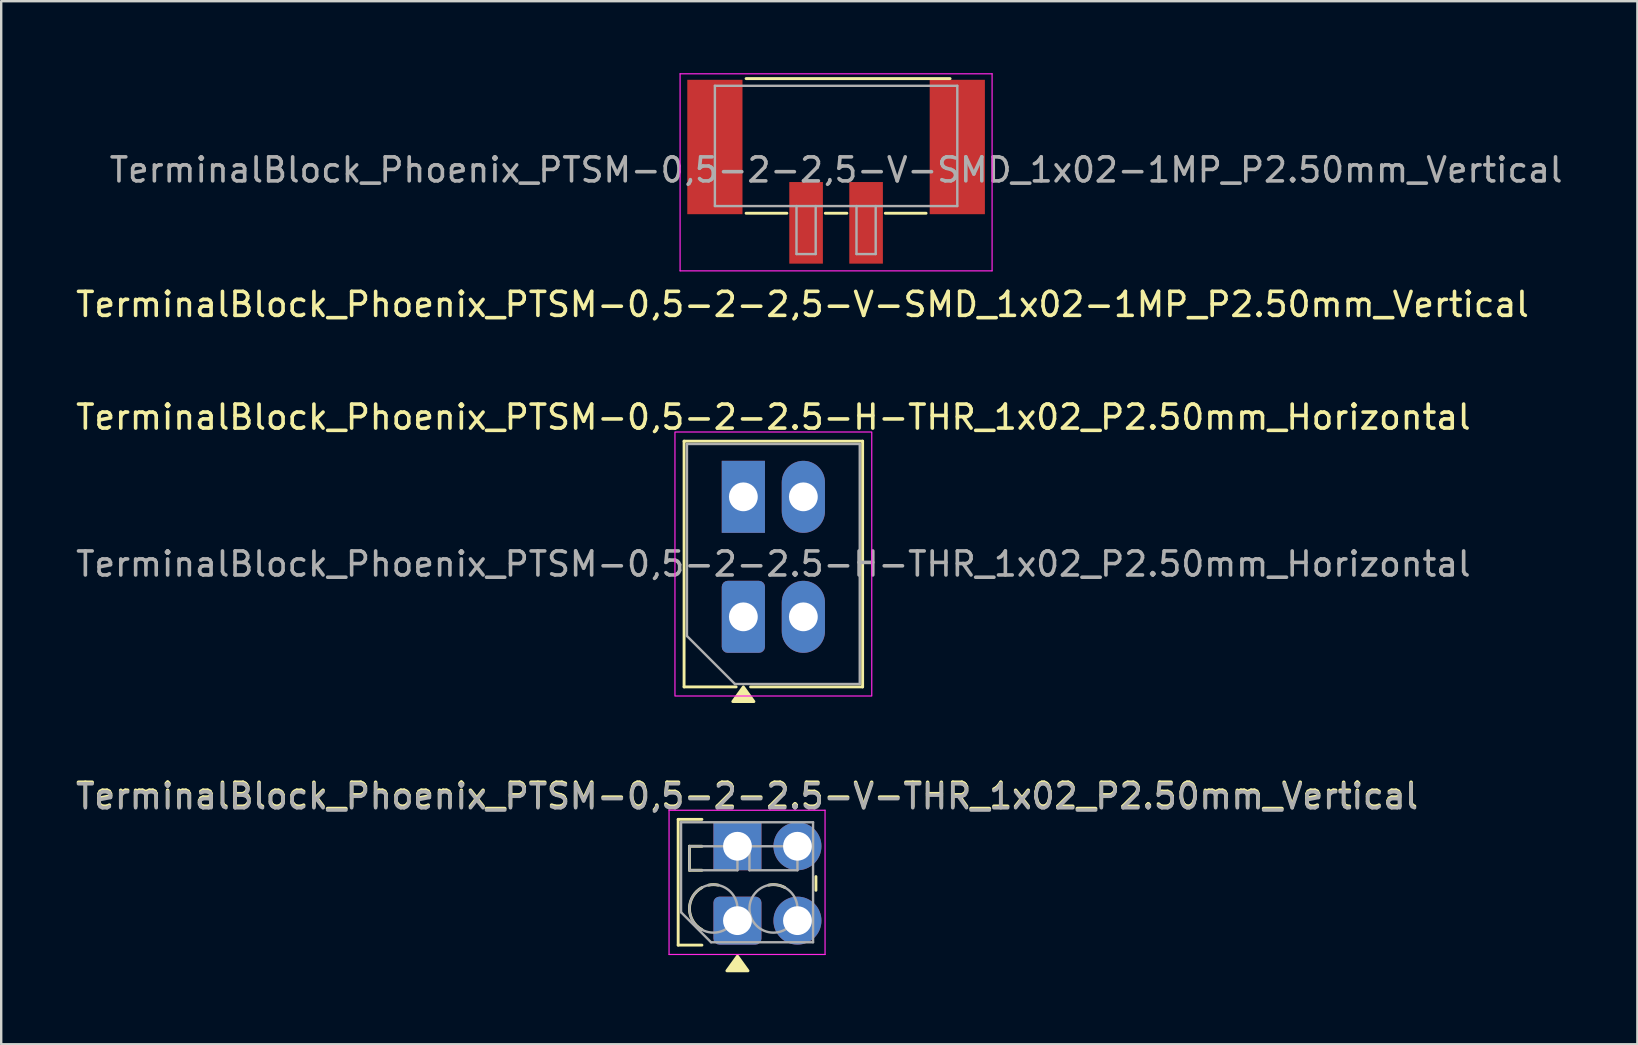
<source format=kicad_pcb>
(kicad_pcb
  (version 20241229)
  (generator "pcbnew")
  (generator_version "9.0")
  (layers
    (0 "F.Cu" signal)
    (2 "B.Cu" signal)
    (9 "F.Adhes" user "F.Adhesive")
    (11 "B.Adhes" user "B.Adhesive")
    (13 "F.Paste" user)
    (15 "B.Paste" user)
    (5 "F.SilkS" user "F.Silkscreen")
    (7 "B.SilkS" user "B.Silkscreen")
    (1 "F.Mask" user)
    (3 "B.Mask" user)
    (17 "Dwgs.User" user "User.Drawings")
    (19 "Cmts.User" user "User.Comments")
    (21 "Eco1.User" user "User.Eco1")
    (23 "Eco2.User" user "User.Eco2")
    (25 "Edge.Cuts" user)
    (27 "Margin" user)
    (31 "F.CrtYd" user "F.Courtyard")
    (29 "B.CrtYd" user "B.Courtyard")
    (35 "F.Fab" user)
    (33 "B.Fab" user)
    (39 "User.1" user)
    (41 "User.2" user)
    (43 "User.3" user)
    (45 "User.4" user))
  (footprint "TerminalBlock_Phoenix_PTSM-0,5-2-2.5-H-THR_1x02_P2.50mm_Horizontal"
    (layer "F.Cu")
    (at 27.923 22.651)
    (property "Reference" "TerminalBlock_Phoenix_PTSM-0,5-2-2.5-H-THR_1x02_P2.50mm_Horizontal" (at 1.25 -8.32 0) (layer "F.SilkS") (effects (font (size 1 1) (thickness 0.15))))
    (attr through_hole)
    (fp_line (start -2.47 -7.32) (end 4.97 -7.32) (stroke (width 0.12) (type solid)) (layer "F.SilkS"))
    (fp_line (start -2.47 2.92) (end -2.47 -7.32) (stroke (width 0.12) (type solid)) (layer "F.SilkS"))
    (fp_line (start -0.3 2.92) (end -2.47 2.92) (stroke (width 0.12) (type solid)) (layer "F.SilkS"))
    (fp_line (start 4.97 -7.32) (end 4.97 2.92) (stroke (width 0.12) (type solid)) (layer "F.SilkS"))
    (fp_line (start 4.97 2.92) (end 0.3 2.92) (stroke (width 0.12) (type solid)) (layer "F.SilkS"))
    (fp_poly (pts (xy 0 2.92) (xy 0.44 3.53) (xy -0.44 3.53)) (stroke (width 0.12) (type solid)) (fill yes) (layer "F.SilkS"))
    (fp_rect (start -2.85 -7.7) (end 5.35 3.3) (stroke (width 0.05) (type solid)) (fill no) (layer "F.CrtYd"))
    (fp_line (start -2.35 -7.2) (end 4.85 -7.2) (stroke (width 0.1) (type solid)) (layer "F.Fab"))
    (fp_line (start -2.35 0.8) (end -2.35 -7.2) (stroke (width 0.1) (type solid)) (layer "F.Fab"))
    (fp_line (start -0.35 2.8) (end -2.35 0.8) (stroke (width 0.1) (type solid)) (layer "F.Fab"))
    (fp_line (start 4.85 -7.2) (end 4.85 2.8) (stroke (width 0.1) (type solid)) (layer "F.Fab"))
    (fp_line (start 4.85 2.8) (end -0.35 2.8) (stroke (width 0.1) (type solid)) (layer "F.Fab"))
    (fp_text user "${REFERENCE}" (at 1.25 -2.2 0) (layer "F.Fab") (effects (font (size 1 1) (thickness 0.15))))
    (pad "1" thru_hole rect (at 0 -5) (size 1.8 3) (drill 1.2) (layers "*.Cu" "*.Mask"))
    (pad "1" thru_hole roundrect (at 0 0) (size 1.8 3) (drill 1.2) (layers "*.Cu" "*.Mask") (roundrect_rratio 0.139))
    (pad "2" thru_hole oval (at 2.5 -5) (size 1.8 3) (drill 1.2) (layers "*.Cu" "*.Mask"))
    (pad "2" thru_hole oval (at 2.5 0) (size 1.8 3) (drill 1.2) (layers "*.Cu" "*.Mask")))
  (footprint "TerminalBlock_Phoenix_PTSM-0,5-2-2.5-V-THR_1x02_P2.50mm_Vertical"
    (layer "F.Cu")
    (at 27.677 35.31)
    (property "Reference" "TerminalBlock_Phoenix_PTSM-0,5-2-2.5-V-THR_1x02_P2.50mm_Vertical" (at 0.4 -5.22 0) (layer "F.SilkS") (effects (font (size 1 1) (thickness 0.15))))
    (attr through_hole)
    (fp_line (start -2.47 -4.22) (end -2.47 1.02) (stroke (width 0.12) (type solid)) (layer "F.SilkS"))
    (fp_line (start -2.47 -4.22) (end -1.48 -4.22) (stroke (width 0.12) (type solid)) (layer "F.SilkS"))
    (fp_line (start -2.47 1.02) (end -1.48 1.02) (stroke (width 0.12) (type solid)) (layer "F.SilkS"))
    (fp_line (start -2 -3.1) (end -2 -2.1) (stroke (width 0.12) (type solid)) (layer "F.SilkS"))
    (fp_line (start -2 -3.1) (end -1.48 -3.1) (stroke (width 0.12) (type solid)) (layer "F.SilkS"))
    (fp_line (start -2 -2.1) (end -1.48 -2.1) (stroke (width 0.12) (type solid)) (layer "F.SilkS"))
    (fp_line (start 3.27 -1.836) (end 3.27 -1.264) (stroke (width 0.12) (type solid)) (layer "F.SilkS"))
    (fp_arc (start -1.48 0.377) (mid -1.999764 -0.500129) (end -1.479774 -1.377124) (stroke (width 0.12) (type solid)) (layer "F.SilkS"))
    (fp_arc (start -1.199 -1.48) (mid -1.000002 -1.5) (end -0.801005 -1.480001) (stroke (width 0.12) (type solid)) (layer "F.SilkS"))
    (fp_arc (start 1.301 -1.48) (mid 1.644475 -1.489509) (end 1.970893 -1.382191) (stroke (width 0.12) (type solid)) (layer "F.SilkS"))
    (fp_poly (pts (xy 0 1.48) (xy 0.44 2.09) (xy -0.44 2.09)) (stroke (width 0.12) (type solid)) (fill yes) (layer "F.SilkS"))
    (fp_line (start -2.85 -4.6) (end -2.85 1.41) (stroke (width 0.05) (type solid)) (layer "F.CrtYd"))
    (fp_line (start -2.85 1.41) (end 3.65 1.41) (stroke (width 0.05) (type solid)) (layer "F.CrtYd"))
    (fp_line (start 3.65 -4.6) (end -2.85 -4.6) (stroke (width 0.05) (type solid)) (layer "F.CrtYd"))
    (fp_line (start 3.65 1.41) (end 3.65 -4.6) (stroke (width 0.05) (type solid)) (layer "F.CrtYd"))
    (fp_line (start -2.35 -4.1) (end 3.15 -4.1) (stroke (width 0.1) (type solid)) (layer "F.Fab"))
    (fp_line (start -2.35 -0.35) (end -2.35 -4.1) (stroke (width 0.1) (type solid)) (layer "F.Fab"))
    (fp_line (start -2 -3.1) (end -2 -2.1) (stroke (width 0.1) (type solid)) (layer "F.Fab"))
    (fp_line (start -2 -2.1) (end 0 -2.1) (stroke (width 0.1) (type solid)) (layer "F.Fab"))
    (fp_line (start -1.1 0.9) (end -2.35 -0.35) (stroke (width 0.1) (type solid)) (layer "F.Fab"))
    (fp_line (start 0 -3.1) (end -2 -3.1) (stroke (width 0.1) (type solid)) (layer "F.Fab"))
    (fp_line (start 0 -2.1) (end 0 -3.1) (stroke (width 0.1) (type solid)) (layer "F.Fab"))
    (fp_line (start 0.5 -3.1) (end 0.5 -2.1) (stroke (width 0.1) (type solid)) (layer "F.Fab"))
    (fp_line (start 0.5 -2.1) (end 2.5 -2.1) (stroke (width 0.1) (type solid)) (layer "F.Fab"))
    (fp_line (start 2.5 -3.1) (end 0.5 -3.1) (stroke (width 0.1) (type solid)) (layer "F.Fab"))
    (fp_line (start 2.5 -2.1) (end 2.5 -3.1) (stroke (width 0.1) (type solid)) (layer "F.Fab"))
    (fp_line (start 3.15 -4.1) (end 3.15 0.9) (stroke (width 0.1) (type solid)) (layer "F.Fab"))
    (fp_line (start 3.15 0.9) (end -1.1 0.9) (stroke (width 0.1) (type solid)) (layer "F.Fab"))
    (fp_circle (center -1 -0.5) (end 0 -0.5) (stroke (width 0.1) (type solid)) (fill no) (layer "F.Fab"))
    (fp_circle (center 1.5 -0.5) (end 2.5 -0.5) (stroke (width 0.1) (type solid)) (fill no) (layer "F.Fab"))
    (fp_text user "${REFERENCE}" (at 0.4 -5.16 0) (layer "F.Fab") (effects (font (size 1 1) (thickness 0.15))))
    (pad "1" thru_hole rect (at 0 -3.1) (size 2 2) (drill 1.2) (layers "*.Cu" "*.Mask"))
    (pad "1" thru_hole roundrect (at 0 0) (size 2 2) (drill 1.2) (layers "*.Cu" "*.Mask") (roundrect_rratio 0.125))
    (pad "2" thru_hole circle (at 2.5 -3.1) (size 2 2) (drill 1.2) (layers "*.Cu" "*.Mask"))
    (pad "2" thru_hole circle (at 2.5 0) (size 2 2) (drill 1.2) (layers "*.Cu" "*.Mask")))
  (footprint "TerminalBlock_Phoenix_PTSM-0,5-2-2,5-V-SMD_1x02-1MP_P2.50mm_Vertical"
    (layer "F.Cu")
    (at 31.787 4.105)
    (property "Reference" "TerminalBlock_Phoenix_PTSM-0,5-2-2,5-V-SMD_1x02-1MP_P2.50mm_Vertical" (at -1.4 5.53 0) (layer "F.SilkS") (effects (font (size 1 1) (thickness 0.15))))
    (attr smd)
    (fp_line (start -3.75 -3.88) (end 4.75 -3.88) (stroke (width 0.12) (type solid)) (layer "F.SilkS"))
    (fp_line (start -2.05 1.73) (end -3.75 1.73) (stroke (width 0.12) (type solid)) (layer "F.SilkS"))
    (fp_line (start 0.45 1.73) (end -0.45 1.73) (stroke (width 0.12) (type solid)) (layer "F.SilkS"))
    (fp_line (start 3.75 1.73) (end 2.05 1.73) (stroke (width 0.12) (type solid)) (layer "F.SilkS"))
    (fp_line (start -6.5 -4.08) (end 6.5 -4.08) (stroke (width 0.05) (type solid)) (layer "F.CrtYd"))
    (fp_line (start -6.5 4.13) (end -6.5 -4.08) (stroke (width 0.05) (type solid)) (layer "F.CrtYd"))
    (fp_line (start 6.5 -4.08) (end 6.5 4.13) (stroke (width 0.05) (type solid)) (layer "F.CrtYd"))
    (fp_line (start 6.5 4.13) (end -6.5 4.13) (stroke (width 0.05) (type solid)) (layer "F.CrtYd"))
    (fp_line (start -5.05 -3.58) (end 5.05 -3.58) (stroke (width 0.1) (type solid)) (layer "F.Fab"))
    (fp_line (start -5.05 1.43) (end -5.05 -3.58) (stroke (width 0.1) (type solid)) (layer "F.Fab"))
    (fp_line (start -1.65 1.43) (end -1.65 3.43) (stroke (width 0.1) (type solid)) (layer "F.Fab"))
    (fp_line (start -1.65 3.43) (end -0.85 3.43) (stroke (width 0.1) (type solid)) (layer "F.Fab"))
    (fp_line (start -0.85 1.43) (end -0.85 3.43) (stroke (width 0.1) (type solid)) (layer "F.Fab"))
    (fp_line (start 0.85 1.43) (end 0.85 3.43) (stroke (width 0.1) (type solid)) (layer "F.Fab"))
    (fp_line (start 0.85 3.43) (end 1.65 3.43) (stroke (width 0.1) (type solid)) (layer "F.Fab"))
    (fp_line (start 1.65 1.43) (end 1.65 3.43) (stroke (width 0.1) (type solid)) (layer "F.Fab"))
    (fp_line (start 5.05 1.43) (end -5.05 1.43) (stroke (width 0.1) (type solid)) (layer "F.Fab"))
    (fp_line (start 5.05 1.43) (end 5.05 -3.58) (stroke (width 0.1) (type solid)) (layer "F.Fab"))
    (fp_text user "${REFERENCE}" (at 0 -0.075 0) (layer "F.Fab") (effects (font (size 1 1) (thickness 0.15))))
    (pad "1" smd rect (at -1.25 2.13 180) (size 1.4 3.4) (layers "F.Cu" "F.Mask" "F.Paste"))
    (pad "2" smd rect (at 1.25 2.13 180) (size 1.4 3.4) (layers "F.Cu" "F.Mask" "F.Paste"))
    (pad "MP" smd rect (at -5.05 -1.03 180) (size 2.3 5.6) (layers "F.Cu" "F.Mask" "F.Paste"))
    (pad "MP" smd rect (at 5.05 -1.03 180) (size 2.3 5.6) (layers "F.Cu" "F.Mask" "F.Paste")))
  (gr_rect
    (start -3 -3)
    (end 65.174 40.46)
    (stroke (width 0.1) (type default))
    (fill no)
    (layer "Edge.Cuts")))
</source>
